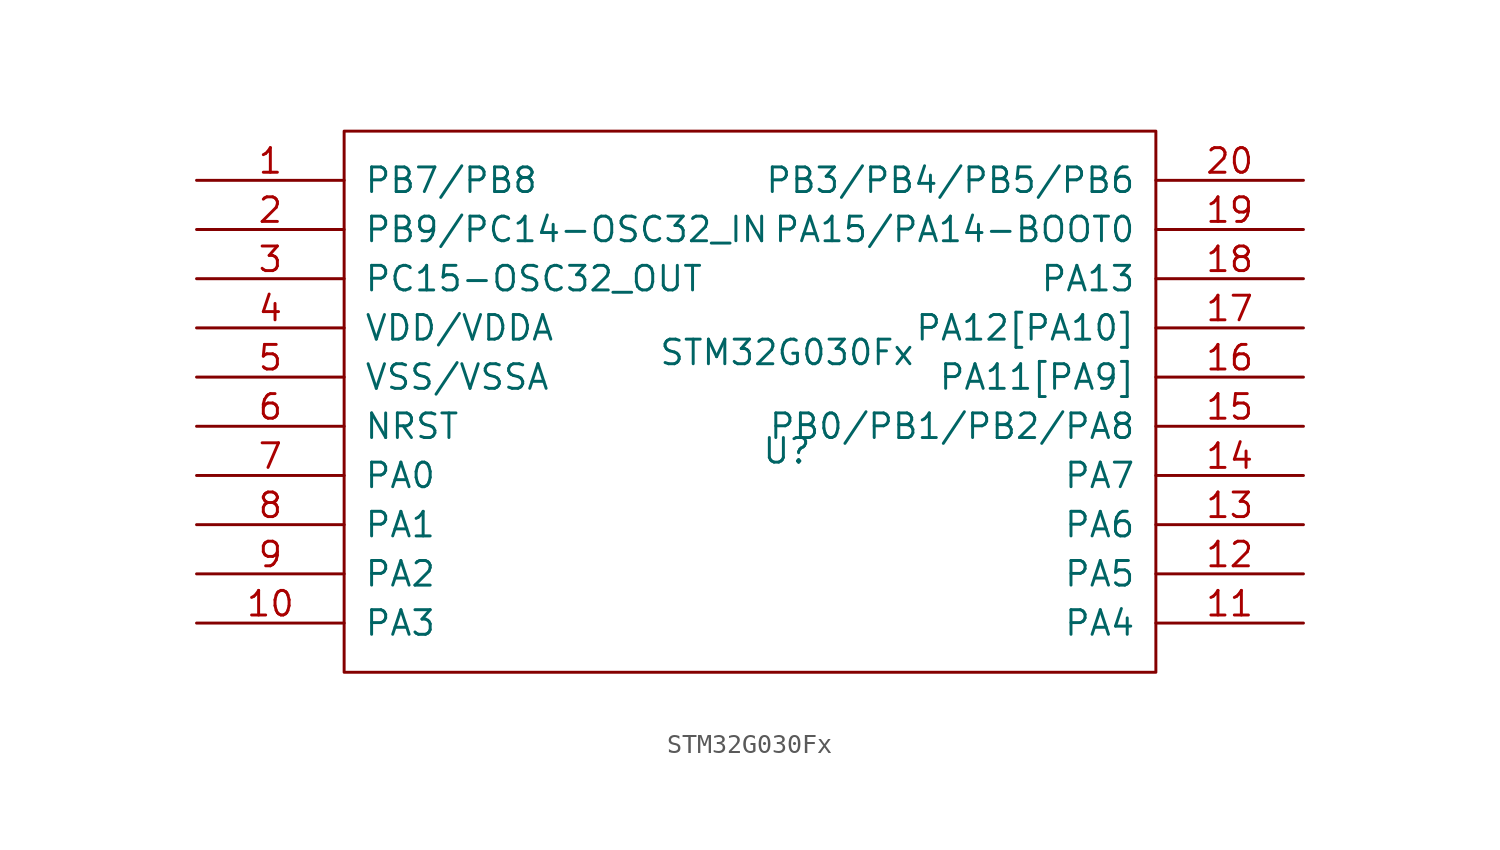
<source format=kicad_sym>
(kicad_symbol_lib
  (version 20211014)
  (generator kicad_symbol_editor)
  (symbol "STM32G030Fx"
    (pin_names
      (offset 1.016))
    (property "Reference" "U"
      (at 0 -2.54 0)
      (effects (font (size 1.27 1.27))))
    (property "Value" "STM32G030Fx"
      (at 0 2.54 0)
      (effects (font (size 1.27 1.27))))
    (symbol "STM32G030Fx_1_0"
      (rectangle (start -22.86 13.97) (end 19.05 -13.97) (stroke (width 0) (type default) (color 0 0 0 0)) (fill (type none))))
    (symbol "STM32G030Fx_1_1"
      (pin bidirectional line (at -30.48 11.43 0) (length 7.62) (name "PB7/PB8" (effects (font (size 1.27 1.27)))) (number "1" (effects (font (size 1.27 1.27)))))
      (pin bidirectional line (at -30.48 -11.43 0) (length 7.62) (name "PA3" (effects (font (size 1.27 1.27)))) (number "10" (effects (font (size 1.27 1.27)))))
      (pin bidirectional line (at 26.67 -11.43 180) (length 7.62) (name "PA4" (effects (font (size 1.27 1.27)))) (number "11" (effects (font (size 1.27 1.27)))))
      (pin bidirectional line (at 26.67 -8.89 180) (length 7.62) (name "PA5" (effects (font (size 1.27 1.27)))) (number "12" (effects (font (size 1.27 1.27)))))
      (pin bidirectional line (at 26.67 -6.35 180) (length 7.62) (name "PA6" (effects (font (size 1.27 1.27)))) (number "13" (effects (font (size 1.27 1.27)))))
      (pin bidirectional line (at 26.67 -3.81 180) (length 7.62) (name "PA7" (effects (font (size 1.27 1.27)))) (number "14" (effects (font (size 1.27 1.27)))))
      (pin bidirectional line (at 26.67 -1.27 180) (length 7.62) (name "PB0/PB1/PB2/PA8" (effects (font (size 1.27 1.27)))) (number "15" (effects (font (size 1.27 1.27)))))
      (pin bidirectional line (at 26.67 1.27 180) (length 7.62) (name "PA11[PA9]" (effects (font (size 1.27 1.27)))) (number "16" (effects (font (size 1.27 1.27)))))
      (pin bidirectional line (at 26.67 3.81 180) (length 7.62) (name "PA12[PA10]" (effects (font (size 1.27 1.27)))) (number "17" (effects (font (size 1.27 1.27)))))
      (pin bidirectional line (at 26.67 6.35 180) (length 7.62) (name "PA13" (effects (font (size 1.27 1.27)))) (number "18" (effects (font (size 1.27 1.27)))))
      (pin bidirectional line (at 26.67 8.89 180) (length 7.62) (name "PA15/PA14-BOOT0" (effects (font (size 1.27 1.27)))) (number "19" (effects (font (size 1.27 1.27)))))
      (pin bidirectional line (at -30.48 8.89 0) (length 7.62) (name "PB9/PC14-OSC32_IN" (effects (font (size 1.27 1.27)))) (number "2" (effects (font (size 1.27 1.27)))))
      (pin bidirectional line (at 26.67 11.43 180) (length 7.62) (name "PB3/PB4/PB5/PB6" (effects (font (size 1.27 1.27)))) (number "20" (effects (font (size 1.27 1.27)))))
      (pin bidirectional line (at -30.48 6.35 0) (length 7.62) (name "PC15-OSC32_OUT" (effects (font (size 1.27 1.27)))) (number "3" (effects (font (size 1.27 1.27)))))
      (pin power_in line (at -30.48 3.81 0) (length 7.62) (name "VDD/VDDA" (effects (font (size 1.27 1.27)))) (number "4" (effects (font (size 1.27 1.27)))))
      (pin power_in line (at -30.48 1.27 0) (length 7.62) (name "VSS/VSSA" (effects (font (size 1.27 1.27)))) (number "5" (effects (font (size 1.27 1.27)))))
      (pin input line (at -30.48 -1.27 0) (length 7.62) (name "NRST" (effects (font (size 1.27 1.27)))) (number "6" (effects (font (size 1.27 1.27)))))
      (pin bidirectional line (at -30.48 -3.81 0) (length 7.62) (name "PA0" (effects (font (size 1.27 1.27)))) (number "7" (effects (font (size 1.27 1.27)))))
      (pin bidirectional line (at -30.48 -6.35 0) (length 7.62) (name "PA1" (effects (font (size 1.27 1.27)))) (number "8" (effects (font (size 1.27 1.27)))))
      (pin bidirectional line (at -30.48 -8.89 0) (length 7.62) (name "PA2" (effects (font (size 1.27 1.27)))) (number "9" (effects (font (size 1.27 1.27))))))))
</source>
